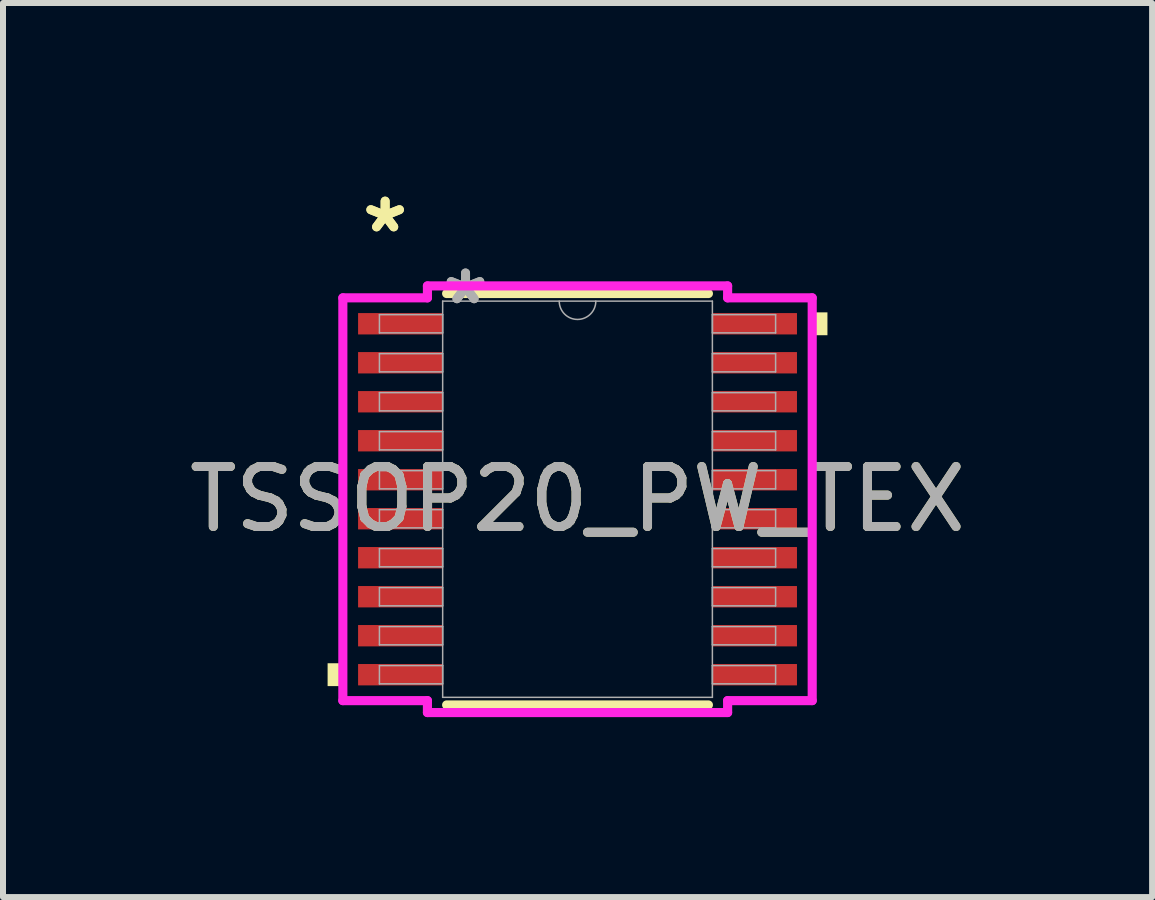
<source format=kicad_pcb>
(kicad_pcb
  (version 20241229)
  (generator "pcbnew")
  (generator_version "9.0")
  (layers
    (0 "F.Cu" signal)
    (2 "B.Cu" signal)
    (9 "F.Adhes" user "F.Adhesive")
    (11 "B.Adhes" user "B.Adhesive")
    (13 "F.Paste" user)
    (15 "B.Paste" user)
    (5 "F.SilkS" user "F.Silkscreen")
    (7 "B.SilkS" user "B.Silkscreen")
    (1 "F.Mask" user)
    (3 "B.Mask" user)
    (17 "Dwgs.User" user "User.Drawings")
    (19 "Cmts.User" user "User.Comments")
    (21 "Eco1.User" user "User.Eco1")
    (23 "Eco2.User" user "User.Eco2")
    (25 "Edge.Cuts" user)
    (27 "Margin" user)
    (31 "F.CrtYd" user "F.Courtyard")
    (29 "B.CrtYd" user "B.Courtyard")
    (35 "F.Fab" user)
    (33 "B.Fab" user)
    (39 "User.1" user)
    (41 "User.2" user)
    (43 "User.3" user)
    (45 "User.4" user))
  (footprint "TSSOP20_PW_TEX"
    (layer "F.Cu")
    (at 6.577 5.272)
    (property "Reference" "TSSOP20_PW_TEX" (at 0 0 0) (unlocked yes) (layer "F.SilkS") (effects (font (size 1 1) (thickness 0.15))))
    (attr smd)
    (fp_line (start -2.182 3.429) (end 2.182 3.429) (stroke (width 0.152) (type solid)) (layer "F.SilkS"))
    (fp_line (start 2.182 -3.429) (end -2.182 -3.429) (stroke (width 0.152) (type solid)) (layer "F.SilkS"))
    (fp_poly (pts (xy -4.166 2.734) (xy -4.166 3.115) (xy -3.912 3.115) (xy -3.912 2.734)) (stroke (width 0) (type solid)) (fill yes) (layer "F.SilkS"))
    (fp_poly (pts (xy 4.166 -3.115) (xy 4.166 -2.734) (xy 3.912 -2.734) (xy 3.912 -3.115)) (stroke (width 0) (type solid)) (fill yes) (layer "F.SilkS"))
    (fp_line (start -3.912 -3.357) (end -2.502 -3.357) (stroke (width 0.152) (type solid)) (layer "F.CrtYd"))
    (fp_line (start -3.912 3.357) (end -3.912 -3.357) (stroke (width 0.152) (type solid)) (layer "F.CrtYd"))
    (fp_line (start -3.912 3.357) (end -2.502 3.357) (stroke (width 0.152) (type solid)) (layer "F.CrtYd"))
    (fp_line (start -2.502 -3.556) (end 2.502 -3.556) (stroke (width 0.152) (type solid)) (layer "F.CrtYd"))
    (fp_line (start -2.502 -3.357) (end -2.502 -3.556) (stroke (width 0.152) (type solid)) (layer "F.CrtYd"))
    (fp_line (start -2.502 3.556) (end -2.502 3.357) (stroke (width 0.152) (type solid)) (layer "F.CrtYd"))
    (fp_line (start 2.502 -3.556) (end 2.502 -3.357) (stroke (width 0.152) (type solid)) (layer "F.CrtYd"))
    (fp_line (start 2.502 3.357) (end 2.502 3.556) (stroke (width 0.152) (type solid)) (layer "F.CrtYd"))
    (fp_line (start 2.502 3.556) (end -2.502 3.556) (stroke (width 0.152) (type solid)) (layer "F.CrtYd"))
    (fp_line (start 3.912 -3.357) (end 2.502 -3.357) (stroke (width 0.152) (type solid)) (layer "F.CrtYd"))
    (fp_line (start 3.912 -3.357) (end 3.912 3.357) (stroke (width 0.152) (type solid)) (layer "F.CrtYd"))
    (fp_line (start 3.912 3.357) (end 2.502 3.357) (stroke (width 0.152) (type solid)) (layer "F.CrtYd"))
    (fp_line (start -3.302 -3.077) (end -3.302 -2.773) (stroke (width 0.025) (type solid)) (layer "F.Fab"))
    (fp_line (start -3.302 -2.773) (end -2.248 -2.773) (stroke (width 0.025) (type solid)) (layer "F.Fab"))
    (fp_line (start -3.302 -2.427) (end -3.302 -2.123) (stroke (width 0.025) (type solid)) (layer "F.Fab"))
    (fp_line (start -3.302 -2.123) (end -2.248 -2.123) (stroke (width 0.025) (type solid)) (layer "F.Fab"))
    (fp_line (start -3.302 -1.777) (end -3.302 -1.473) (stroke (width 0.025) (type solid)) (layer "F.Fab"))
    (fp_line (start -3.302 -1.473) (end -2.248 -1.473) (stroke (width 0.025) (type solid)) (layer "F.Fab"))
    (fp_line (start -3.302 -1.127) (end -3.302 -0.823) (stroke (width 0.025) (type solid)) (layer "F.Fab"))
    (fp_line (start -3.302 -0.823) (end -2.248 -0.823) (stroke (width 0.025) (type solid)) (layer "F.Fab"))
    (fp_line (start -3.302 -0.477) (end -3.302 -0.173) (stroke (width 0.025) (type solid)) (layer "F.Fab"))
    (fp_line (start -3.302 -0.173) (end -2.248 -0.173) (stroke (width 0.025) (type solid)) (layer "F.Fab"))
    (fp_line (start -3.302 0.173) (end -3.302 0.477) (stroke (width 0.025) (type solid)) (layer "F.Fab"))
    (fp_line (start -3.302 0.477) (end -2.248 0.477) (stroke (width 0.025) (type solid)) (layer "F.Fab"))
    (fp_line (start -3.302 0.823) (end -3.302 1.127) (stroke (width 0.025) (type solid)) (layer "F.Fab"))
    (fp_line (start -3.302 1.127) (end -2.248 1.127) (stroke (width 0.025) (type solid)) (layer "F.Fab"))
    (fp_line (start -3.302 1.473) (end -3.302 1.777) (stroke (width 0.025) (type solid)) (layer "F.Fab"))
    (fp_line (start -3.302 1.777) (end -2.248 1.777) (stroke (width 0.025) (type solid)) (layer "F.Fab"))
    (fp_line (start -3.302 2.123) (end -3.302 2.427) (stroke (width 0.025) (type solid)) (layer "F.Fab"))
    (fp_line (start -3.302 2.427) (end -2.248 2.427) (stroke (width 0.025) (type solid)) (layer "F.Fab"))
    (fp_line (start -3.302 2.773) (end -3.302 3.077) (stroke (width 0.025) (type solid)) (layer "F.Fab"))
    (fp_line (start -3.302 3.077) (end -2.248 3.077) (stroke (width 0.025) (type solid)) (layer "F.Fab"))
    (fp_line (start -2.248 -3.302) (end -2.248 3.302) (stroke (width 0.025) (type solid)) (layer "F.Fab"))
    (fp_line (start -2.248 -3.077) (end -3.302 -3.077) (stroke (width 0.025) (type solid)) (layer "F.Fab"))
    (fp_line (start -2.248 -2.773) (end -2.248 -3.077) (stroke (width 0.025) (type solid)) (layer "F.Fab"))
    (fp_line (start -2.248 -2.427) (end -3.302 -2.427) (stroke (width 0.025) (type solid)) (layer "F.Fab"))
    (fp_line (start -2.248 -2.123) (end -2.248 -2.427) (stroke (width 0.025) (type solid)) (layer "F.Fab"))
    (fp_line (start -2.248 -1.777) (end -3.302 -1.777) (stroke (width 0.025) (type solid)) (layer "F.Fab"))
    (fp_line (start -2.248 -1.473) (end -2.248 -1.777) (stroke (width 0.025) (type solid)) (layer "F.Fab"))
    (fp_line (start -2.248 -1.127) (end -3.302 -1.127) (stroke (width 0.025) (type solid)) (layer "F.Fab"))
    (fp_line (start -2.248 -0.823) (end -2.248 -1.127) (stroke (width 0.025) (type solid)) (layer "F.Fab"))
    (fp_line (start -2.248 -0.477) (end -3.302 -0.477) (stroke (width 0.025) (type solid)) (layer "F.Fab"))
    (fp_line (start -2.248 -0.173) (end -2.248 -0.477) (stroke (width 0.025) (type solid)) (layer "F.Fab"))
    (fp_line (start -2.248 0.173) (end -3.302 0.173) (stroke (width 0.025) (type solid)) (layer "F.Fab"))
    (fp_line (start -2.248 0.477) (end -2.248 0.173) (stroke (width 0.025) (type solid)) (layer "F.Fab"))
    (fp_line (start -2.248 0.823) (end -3.302 0.823) (stroke (width 0.025) (type solid)) (layer "F.Fab"))
    (fp_line (start -2.248 1.127) (end -2.248 0.823) (stroke (width 0.025) (type solid)) (layer "F.Fab"))
    (fp_line (start -2.248 1.473) (end -3.302 1.473) (stroke (width 0.025) (type solid)) (layer "F.Fab"))
    (fp_line (start -2.248 1.777) (end -2.248 1.473) (stroke (width 0.025) (type solid)) (layer "F.Fab"))
    (fp_line (start -2.248 2.123) (end -3.302 2.123) (stroke (width 0.025) (type solid)) (layer "F.Fab"))
    (fp_line (start -2.248 2.427) (end -2.248 2.123) (stroke (width 0.025) (type solid)) (layer "F.Fab"))
    (fp_line (start -2.248 2.773) (end -3.302 2.773) (stroke (width 0.025) (type solid)) (layer "F.Fab"))
    (fp_line (start -2.248 3.077) (end -2.248 2.773) (stroke (width 0.025) (type solid)) (layer "F.Fab"))
    (fp_line (start -2.248 3.302) (end 2.248 3.302) (stroke (width 0.025) (type solid)) (layer "F.Fab"))
    (fp_line (start 2.248 -3.302) (end -2.248 -3.302) (stroke (width 0.025) (type solid)) (layer "F.Fab"))
    (fp_line (start 2.248 -3.077) (end 2.248 -2.773) (stroke (width 0.025) (type solid)) (layer "F.Fab"))
    (fp_line (start 2.248 -2.773) (end 3.302 -2.773) (stroke (width 0.025) (type solid)) (layer "F.Fab"))
    (fp_line (start 2.248 -2.427) (end 2.248 -2.123) (stroke (width 0.025) (type solid)) (layer "F.Fab"))
    (fp_line (start 2.248 -2.123) (end 3.302 -2.123) (stroke (width 0.025) (type solid)) (layer "F.Fab"))
    (fp_line (start 2.248 -1.777) (end 2.248 -1.473) (stroke (width 0.025) (type solid)) (layer "F.Fab"))
    (fp_line (start 2.248 -1.473) (end 3.302 -1.473) (stroke (width 0.025) (type solid)) (layer "F.Fab"))
    (fp_line (start 2.248 -1.127) (end 2.248 -0.823) (stroke (width 0.025) (type solid)) (layer "F.Fab"))
    (fp_line (start 2.248 -0.823) (end 3.302 -0.823) (stroke (width 0.025) (type solid)) (layer "F.Fab"))
    (fp_line (start 2.248 -0.477) (end 2.248 -0.173) (stroke (width 0.025) (type solid)) (layer "F.Fab"))
    (fp_line (start 2.248 -0.173) (end 3.302 -0.173) (stroke (width 0.025) (type solid)) (layer "F.Fab"))
    (fp_line (start 2.248 0.173) (end 2.248 0.477) (stroke (width 0.025) (type solid)) (layer "F.Fab"))
    (fp_line (start 2.248 0.477) (end 3.302 0.477) (stroke (width 0.025) (type solid)) (layer "F.Fab"))
    (fp_line (start 2.248 0.823) (end 2.248 1.127) (stroke (width 0.025) (type solid)) (layer "F.Fab"))
    (fp_line (start 2.248 1.127) (end 3.302 1.127) (stroke (width 0.025) (type solid)) (layer "F.Fab"))
    (fp_line (start 2.248 1.473) (end 2.248 1.777) (stroke (width 0.025) (type solid)) (layer "F.Fab"))
    (fp_line (start 2.248 1.777) (end 3.302 1.777) (stroke (width 0.025) (type solid)) (layer "F.Fab"))
    (fp_line (start 2.248 2.123) (end 2.248 2.427) (stroke (width 0.025) (type solid)) (layer "F.Fab"))
    (fp_line (start 2.248 2.427) (end 3.302 2.427) (stroke (width 0.025) (type solid)) (layer "F.Fab"))
    (fp_line (start 2.248 2.773) (end 2.248 3.077) (stroke (width 0.025) (type solid)) (layer "F.Fab"))
    (fp_line (start 2.248 3.077) (end 3.302 3.077) (stroke (width 0.025) (type solid)) (layer "F.Fab"))
    (fp_line (start 2.248 3.302) (end 2.248 -3.302) (stroke (width 0.025) (type solid)) (layer "F.Fab"))
    (fp_line (start 3.302 -3.077) (end 2.248 -3.077) (stroke (width 0.025) (type solid)) (layer "F.Fab"))
    (fp_line (start 3.302 -2.773) (end 3.302 -3.077) (stroke (width 0.025) (type solid)) (layer "F.Fab"))
    (fp_line (start 3.302 -2.427) (end 2.248 -2.427) (stroke (width 0.025) (type solid)) (layer "F.Fab"))
    (fp_line (start 3.302 -2.123) (end 3.302 -2.427) (stroke (width 0.025) (type solid)) (layer "F.Fab"))
    (fp_line (start 3.302 -1.777) (end 2.248 -1.777) (stroke (width 0.025) (type solid)) (layer "F.Fab"))
    (fp_line (start 3.302 -1.473) (end 3.302 -1.777) (stroke (width 0.025) (type solid)) (layer "F.Fab"))
    (fp_line (start 3.302 -1.127) (end 2.248 -1.127) (stroke (width 0.025) (type solid)) (layer "F.Fab"))
    (fp_line (start 3.302 -0.823) (end 3.302 -1.127) (stroke (width 0.025) (type solid)) (layer "F.Fab"))
    (fp_line (start 3.302 -0.477) (end 2.248 -0.477) (stroke (width 0.025) (type solid)) (layer "F.Fab"))
    (fp_line (start 3.302 -0.173) (end 3.302 -0.477) (stroke (width 0.025) (type solid)) (layer "F.Fab"))
    (fp_line (start 3.302 0.173) (end 2.248 0.173) (stroke (width 0.025) (type solid)) (layer "F.Fab"))
    (fp_line (start 3.302 0.477) (end 3.302 0.173) (stroke (width 0.025) (type solid)) (layer "F.Fab"))
    (fp_line (start 3.302 0.823) (end 2.248 0.823) (stroke (width 0.025) (type solid)) (layer "F.Fab"))
    (fp_line (start 3.302 1.127) (end 3.302 0.823) (stroke (width 0.025) (type solid)) (layer "F.Fab"))
    (fp_line (start 3.302 1.473) (end 2.248 1.473) (stroke (width 0.025) (type solid)) (layer "F.Fab"))
    (fp_line (start 3.302 1.777) (end 3.302 1.473) (stroke (width 0.025) (type solid)) (layer "F.Fab"))
    (fp_line (start 3.302 2.123) (end 2.248 2.123) (stroke (width 0.025) (type solid)) (layer "F.Fab"))
    (fp_line (start 3.302 2.427) (end 3.302 2.123) (stroke (width 0.025) (type solid)) (layer "F.Fab"))
    (fp_line (start 3.302 2.773) (end 2.248 2.773) (stroke (width 0.025) (type solid)) (layer "F.Fab"))
    (fp_line (start 3.302 3.077) (end 3.302 2.773) (stroke (width 0.025) (type solid)) (layer "F.Fab"))
    (fp_arc (start 0.3048 -3.302) (mid 0 -2.9972) (end -0.3048 -3.302) (stroke (width 0.0254) (type solid)) (layer "F.Fab"))
    (fp_text user "*" (at -3.207 -4.424 0) (layer "F.SilkS") (effects (font (size 1 1) (thickness 0.15))))
    (fp_text user "*" (at -3.207 -4.424 0) (unlocked yes) (layer "F.SilkS") (effects (font (size 1 1) (thickness 0.15))))
    (fp_text user "*" (at -1.867 -3.226 0) (layer "F.Fab") (effects (font (size 1 1) (thickness 0.15))))
    (fp_text user "${REFERENCE}" (at 0 0 0) (unlocked yes) (layer "F.Fab") (effects (font (size 1 1) (thickness 0.15))))
    (fp_text user "*" (at -1.867 -3.226 0) (unlocked yes) (layer "F.Fab") (effects (font (size 1 1) (thickness 0.15))))
    (pad "1" smd rect (at -2.953 -2.925) (size 1.41 0.356) (layers "F.Cu" "F.Mask" "F.Paste"))
    (pad "2" smd rect (at -2.953 -2.275) (size 1.41 0.356) (layers "F.Cu" "F.Mask" "F.Paste"))
    (pad "3" smd rect (at -2.953 -1.625) (size 1.41 0.356) (layers "F.Cu" "F.Mask" "F.Paste"))
    (pad "4" smd rect (at -2.953 -0.975) (size 1.41 0.356) (layers "F.Cu" "F.Mask" "F.Paste"))
    (pad "5" smd rect (at -2.953 -0.325) (size 1.41 0.356) (layers "F.Cu" "F.Mask" "F.Paste"))
    (pad "6" smd rect (at -2.953 0.325) (size 1.41 0.356) (layers "F.Cu" "F.Mask" "F.Paste"))
    (pad "7" smd rect (at -2.953 0.975) (size 1.41 0.356) (layers "F.Cu" "F.Mask" "F.Paste"))
    (pad "8" smd rect (at -2.953 1.625) (size 1.41 0.356) (layers "F.Cu" "F.Mask" "F.Paste"))
    (pad "9" smd rect (at -2.953 2.275) (size 1.41 0.356) (layers "F.Cu" "F.Mask" "F.Paste"))
    (pad "10" smd rect (at -2.953 2.925) (size 1.41 0.356) (layers "F.Cu" "F.Mask" "F.Paste"))
    (pad "11" smd rect (at 2.953 2.925) (size 1.41 0.356) (layers "F.Cu" "F.Mask" "F.Paste"))
    (pad "12" smd rect (at 2.953 2.275) (size 1.41 0.356) (layers "F.Cu" "F.Mask" "F.Paste"))
    (pad "13" smd rect (at 2.953 1.625) (size 1.41 0.356) (layers "F.Cu" "F.Mask" "F.Paste"))
    (pad "14" smd rect (at 2.953 0.975) (size 1.41 0.356) (layers "F.Cu" "F.Mask" "F.Paste"))
    (pad "15" smd rect (at 2.953 0.325) (size 1.41 0.356) (layers "F.Cu" "F.Mask" "F.Paste"))
    (pad "16" smd rect (at 2.953 -0.325) (size 1.41 0.356) (layers "F.Cu" "F.Mask" "F.Paste"))
    (pad "17" smd rect (at 2.953 -0.975) (size 1.41 0.356) (layers "F.Cu" "F.Mask" "F.Paste"))
    (pad "18" smd rect (at 2.953 -1.625) (size 1.41 0.356) (layers "F.Cu" "F.Mask" "F.Paste"))
    (pad "19" smd rect (at 2.953 -2.275) (size 1.41 0.356) (layers "F.Cu" "F.Mask" "F.Paste"))
    (pad "20" smd rect (at 2.953 -2.925) (size 1.41 0.356) (layers "F.Cu" "F.Mask" "F.Paste")))
  (gr_rect
    (start -3 -3)
    (end 16.155 11.904)
    (stroke (width 0.1) (type default))
    (fill no)
    (layer "Edge.Cuts")))
</source>
